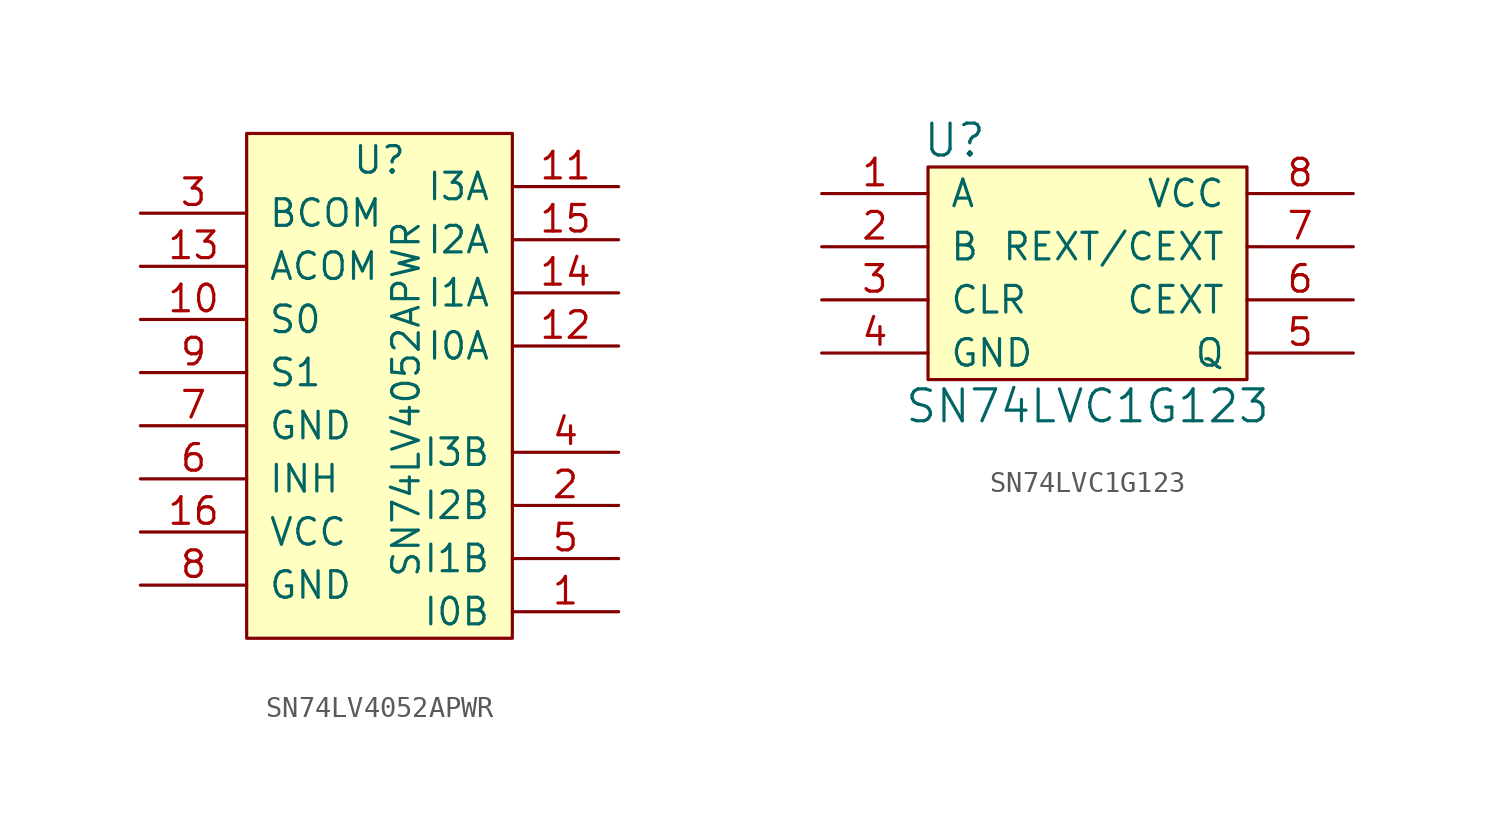
<source format=kicad_sym>
(kicad_symbol_lib
  (version 20211014)
  (generator kicad_symbol_editor)
  (symbol "SN74LV4052APWR"
    (pin_names
      (offset 1.016))
    (property "Reference" "U"
      (at -1.27 11.43 0)
      (effects (font (size 1.27 1.27))))
    (property "Value" "SN74LV4052APWR"
      (at 0 0 90)
      (effects (font (size 1.27 1.27))))
    (symbol "SN74LV4052APWR_0_1"
      (rectangle (start 5.08 12.7) (end -7.62 -11.43) (stroke (width 0) (type default) (color 0 0 0 0)) (fill (type background))))
    (symbol "SN74LV4052APWR_1_1"
      (pin input line (at 10.16 -10.16 180) (length 5.08) (name "I0B" (effects (font (size 1.27 1.27)))) (number "1" (effects (font (size 1.27 1.27)))))
      (pin input line (at -12.7 3.81 0) (length 5.08) (name "S0" (effects (font (size 1.27 1.27)))) (number "10" (effects (font (size 1.27 1.27)))))
      (pin input line (at 10.16 10.16 180) (length 5.08) (name "I3A" (effects (font (size 1.27 1.27)))) (number "11" (effects (font (size 1.27 1.27)))))
      (pin input line (at 10.16 2.54 180) (length 5.08) (name "I0A" (effects (font (size 1.27 1.27)))) (number "12" (effects (font (size 1.27 1.27)))))
      (pin input line (at -12.7 6.35 0) (length 5.08) (name "ACOM" (effects (font (size 1.27 1.27)))) (number "13" (effects (font (size 1.27 1.27)))))
      (pin input line (at 10.16 5.08 180) (length 5.08) (name "I1A" (effects (font (size 1.27 1.27)))) (number "14" (effects (font (size 1.27 1.27)))))
      (pin input line (at 10.16 7.62 180) (length 5.08) (name "I2A" (effects (font (size 1.27 1.27)))) (number "15" (effects (font (size 1.27 1.27)))))
      (pin input line (at -12.7 -6.35 0) (length 5.08) (name "VCC" (effects (font (size 1.27 1.27)))) (number "16" (effects (font (size 1.27 1.27)))))
      (pin input line (at 10.16 -5.08 180) (length 5.08) (name "I2B" (effects (font (size 1.27 1.27)))) (number "2" (effects (font (size 1.27 1.27)))))
      (pin input line (at -12.7 8.89 0) (length 5.08) (name "BCOM" (effects (font (size 1.27 1.27)))) (number "3" (effects (font (size 1.27 1.27)))))
      (pin input line (at 10.16 -2.54 180) (length 5.08) (name "I3B" (effects (font (size 1.27 1.27)))) (number "4" (effects (font (size 1.27 1.27)))))
      (pin input line (at 10.16 -7.62 180) (length 5.08) (name "I1B" (effects (font (size 1.27 1.27)))) (number "5" (effects (font (size 1.27 1.27)))))
      (pin input line (at -12.7 -3.81 0) (length 5.08) (name "INH" (effects (font (size 1.27 1.27)))) (number "6" (effects (font (size 1.27 1.27)))))
      (pin input line (at -12.7 -1.27 0) (length 5.08) (name "GND" (effects (font (size 1.27 1.27)))) (number "7" (effects (font (size 1.27 1.27)))))
      (pin input line (at -12.7 -8.89 0) (length 5.08) (name "GND" (effects (font (size 1.27 1.27)))) (number "8" (effects (font (size 1.27 1.27)))))
      (pin input line (at -12.7 1.27 0) (length 5.08) (name "S1" (effects (font (size 1.27 1.27)))) (number "9" (effects (font (size 1.27 1.27)))))))
  (symbol "SN74LVC1G123"
    (pin_names
      (offset 1.016))
    (property "Reference" "U"
      (at -6.35 5.08 0)
      (effects (font (size 1.524 1.524))))
    (property "Value" "SN74LVC1G123"
      (at 0 -7.62 0)
      (effects (font (size 1.524 1.524))))
    (symbol "SN74LVC1G123_0_1"
      (rectangle (start -7.62 3.81) (end 7.62 -6.35) (stroke (width 0) (type default) (color 0 0 0 0)) (fill (type background))))
    (symbol "SN74LVC1G123_1_1"
      (pin input line (at -12.7 2.54 0) (length 5.08) (name "A" (effects (font (size 1.27 1.27)))) (number "1" (effects (font (size 1.27 1.27)))))
      (pin input line (at -12.7 0 0) (length 5.08) (name "B" (effects (font (size 1.27 1.27)))) (number "2" (effects (font (size 1.27 1.27)))))
      (pin input line (at -12.7 -2.54 0) (length 5.08) (name "CLR" (effects (font (size 1.27 1.27)))) (number "3" (effects (font (size 1.27 1.27)))))
      (pin input line (at -12.7 -5.08 0) (length 5.08) (name "GND" (effects (font (size 1.27 1.27)))) (number "4" (effects (font (size 1.27 1.27)))))
      (pin output line (at 12.7 -5.08 180) (length 5.08) (name "Q" (effects (font (size 1.27 1.27)))) (number "5" (effects (font (size 1.27 1.27)))))
      (pin input line (at 12.7 -2.54 180) (length 5.08) (name "CEXT" (effects (font (size 1.27 1.27)))) (number "6" (effects (font (size 1.27 1.27)))))
      (pin input line (at 12.7 0 180) (length 5.08) (name "REXT/CEXT" (effects (font (size 1.27 1.27)))) (number "7" (effects (font (size 1.27 1.27)))))
      (pin input line (at 12.7 2.54 180) (length 5.08) (name "VCC" (effects (font (size 1.27 1.27)))) (number "8" (effects (font (size 1.27 1.27))))))))
</source>
